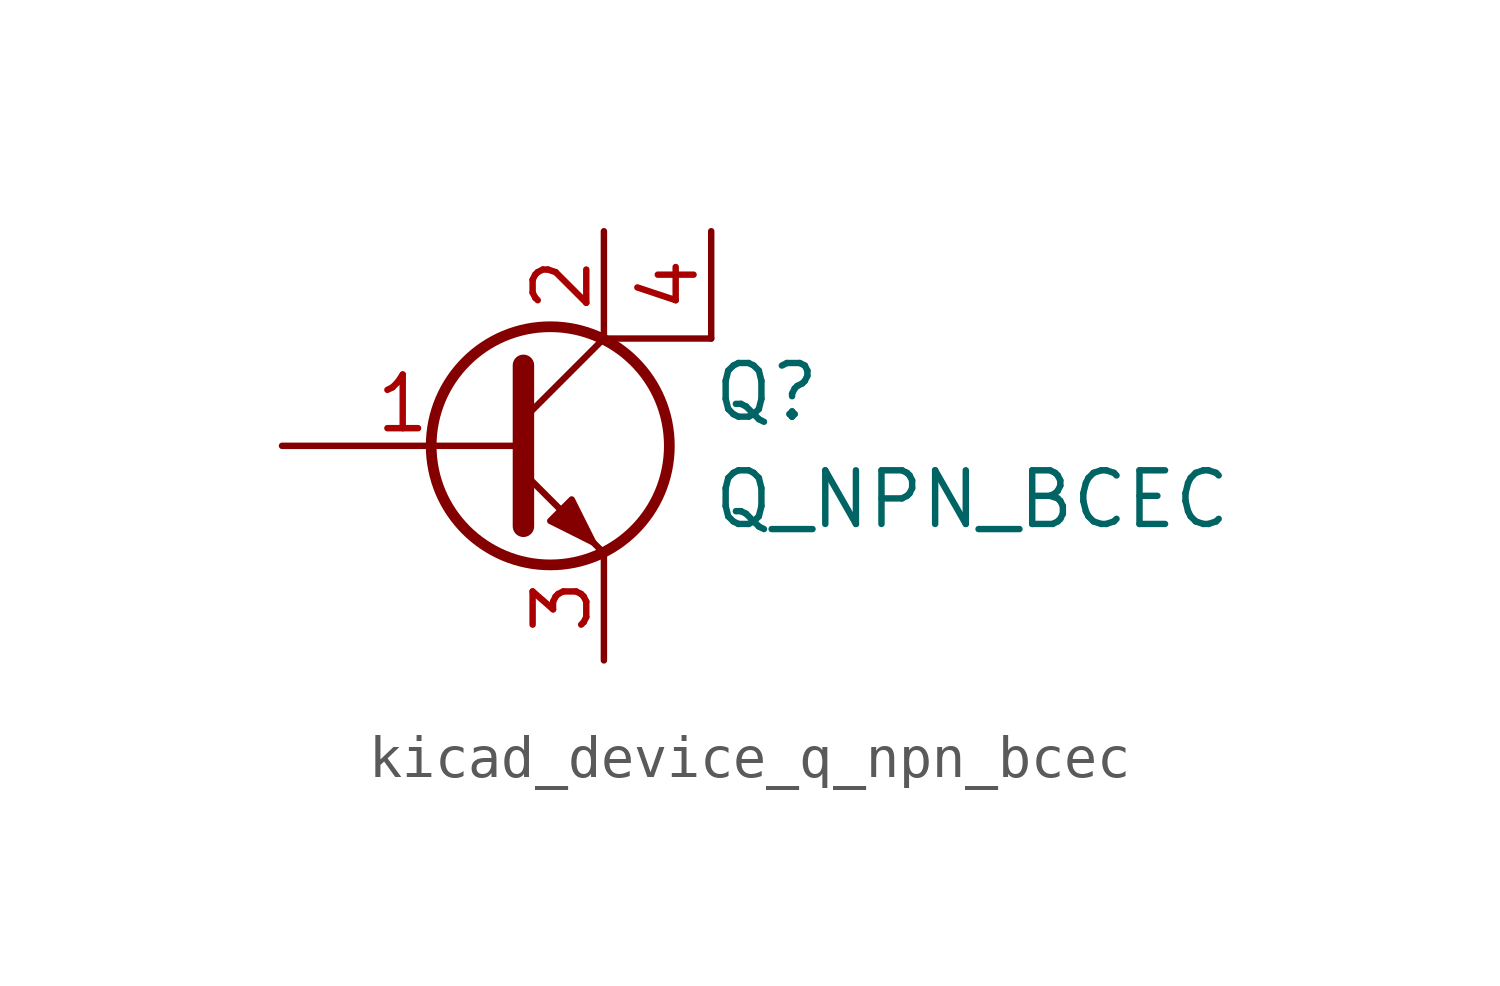
<source format=kicad_sym>
(kicad_symbol_lib
  (version 20220914)
  (generator kicad_symbol_editor)
  (symbol "kicad_device_q_npn_bcec"
    (pin_names
      (offset 0) hide)
    (property "Reference" "Q"
      (at 5.08 1.27 0)
      (effects (font (size 1.27 1.27)) (justify left)))
    (property "Value" "Q_NPN_BCEC"
      (at 5.08 -1.27 0)
      (effects (font (size 1.27 1.27)) (justify left)))
    (symbol "kicad_device_q_npn_bcec_0_1"
      (polyline (pts (xy 0.635 0.635) (xy 2.54 2.54)) (stroke (width 0) (type default)) (fill (type none)))
      (polyline (pts (xy 2.54 2.54) (xy 5.08 2.54)) (stroke (width 0) (type default)) (fill (type none)))
      (polyline (pts (xy 0.635 -0.635) (xy 2.54 -2.54) (xy 2.54 -2.54)) (stroke (width 0) (type default)) (fill (type none)))
      (polyline (pts (xy 0.635 1.905) (xy 0.635 -1.905) (xy 0.635 -1.905)) (stroke (width 0.508) (type default)) (fill (type none)))
      (polyline (pts (xy 1.27 -1.778) (xy 1.778 -1.27) (xy 2.286 -2.286) (xy 1.27 -1.778) (xy 1.27 -1.778)) (stroke (width 0) (type default)) (fill (type outline)))
      (circle (center 1.27 0) (radius 2.819) (stroke (width 0.254) (type default)) (fill (type none))))
    (symbol "kicad_device_q_npn_bcec_1_1"
      (pin input line (at -5.08 0 0) (length 5.715) (name "B" (effects (font (size 1.27 1.27)))) (number "1" (effects (font (size 1.27 1.27)))))
      (pin passive line (at 2.54 5.08 270) (length 2.54) (name "C" (effects (font (size 1.27 1.27)))) (number "2" (effects (font (size 1.27 1.27)))))
      (pin passive line (at 2.54 -5.08 90) (length 2.54) (name "E" (effects (font (size 1.27 1.27)))) (number "3" (effects (font (size 1.27 1.27)))))
      (pin passive line (at 5.08 5.08 270) (length 2.54) (name "C" (effects (font (size 1.27 1.27)))) (number "4" (effects (font (size 1.27 1.27))))))))
</source>
